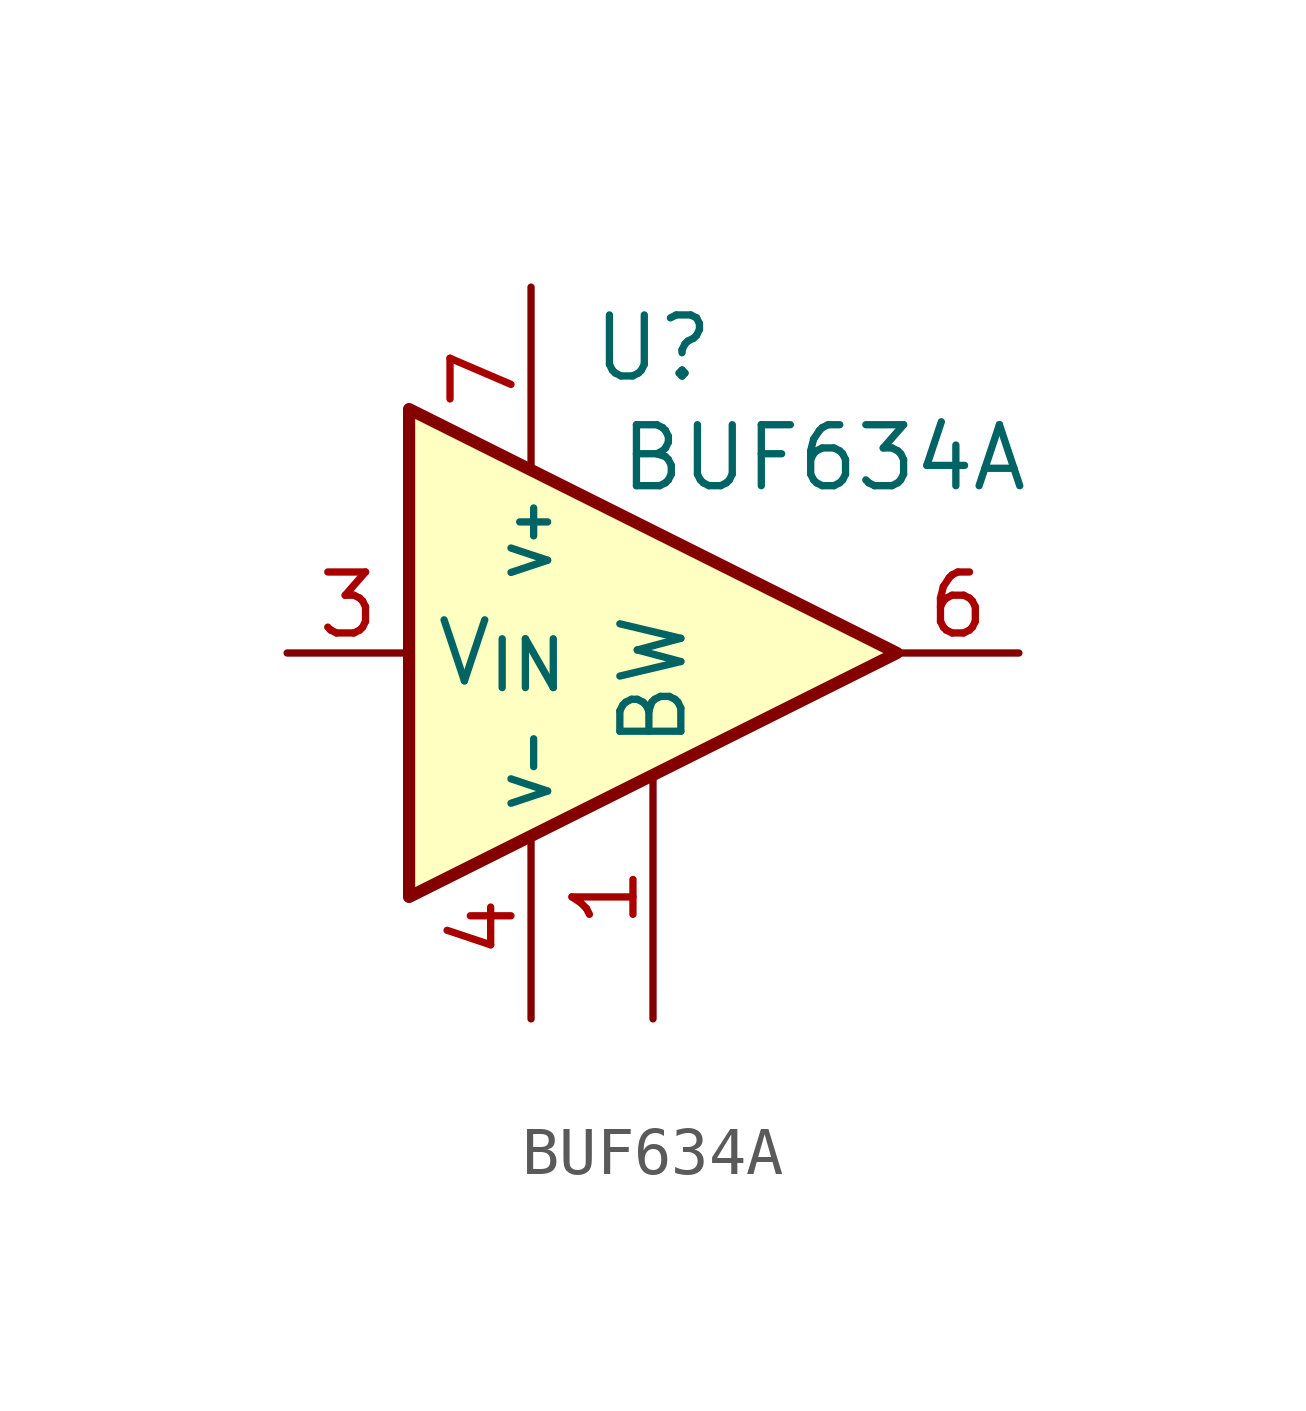
<source format=kicad_sym>
(kicad_symbol_lib
  (version 20241209)
  (generator "kicad_symbol_editor")
  (generator_version "9.0")
  (symbol "BUF634A"
    (property "Reference" "U"
      (at 0 6.35 0)
      (effects (font (size 1.27 1.27))))
    (property "Value" "BUF634A"
      (at 3.556 4.064 0)
      (effects (font (size 1.27 1.27))))
    (symbol "BUF634A_0_1"
      (polyline (pts (xy 5.08 0) (xy -5.08 5.08) (xy -5.08 -5.08) (xy 5.08 0)) (stroke (width 0.254) (type default)) (fill (type background))))
    (symbol "BUF634A_1_1"
      (pin input line (at -7.62 0 0) (length 2.54) (name "V_{IN}" (effects (font (size 1.27 1.27)))) (number "3" (effects (font (size 1.27 1.27)))))
      (pin power_in line (at -2.54 7.62 270) (length 3.81) (name "V+" (effects (font (size 0.762 0.762)))) (number "7" (effects (font (size 1.27 1.27)))))
      (pin power_in line (at -2.54 -7.62 90) (length 3.81) (name "V-" (effects (font (size 0.762 0.762)))) (number "4" (effects (font (size 1.27 1.27)))))
      (pin power_in line (at -2.54 -7.62 90) (length 3.81) (hide yes) (name "V-" (effects (font (size 0.762 0.762)))) (number "9" (effects (font (size 1.27 1.27)))))
      (pin output line (at 0 -7.62 90) (length 5.08) (name "BW" (effects (font (size 1.27 1.27)))) (number "1" (effects (font (size 1.27 1.27)))))
      (pin no_connect line (at 2.54 -7.62 90) (length 6.35) (hide yes) (name "NC" (effects (font (size 0.762 0.762)))) (number "2" (effects (font (size 1.27 1.27)))))
      (pin no_connect line (at 2.54 -7.62 90) (length 6.35) (hide yes) (name "NC" (effects (font (size 0.762 0.762)))) (number "5" (effects (font (size 1.27 1.27)))))
      (pin no_connect line (at 2.54 -7.62 90) (length 6.35) (hide yes) (name "NC" (effects (font (size 0.762 0.762)))) (number "8" (effects (font (size 1.27 1.27)))))
      (pin output line (at 7.62 0 180) (length 2.54) (name "" (effects (font (size 1.27 1.27)))) (number "6" (effects (font (size 1.27 1.27))))))))
</source>
